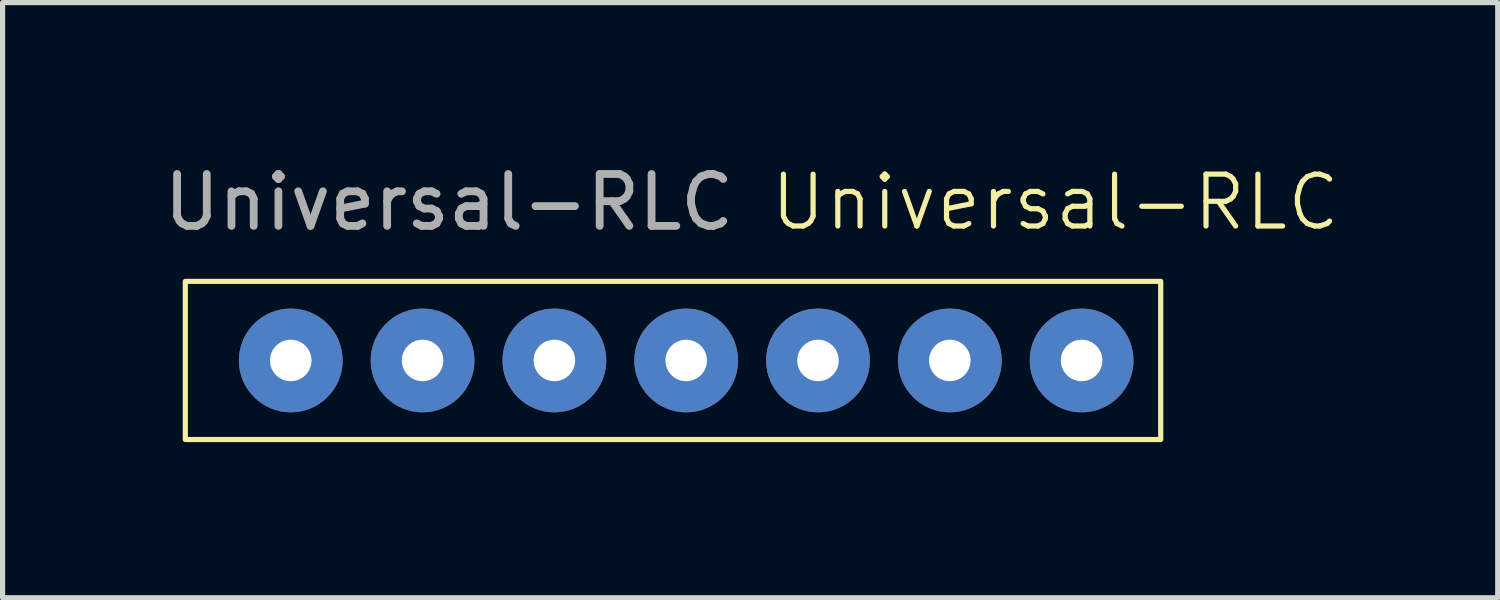
<source format=kicad_pcb>
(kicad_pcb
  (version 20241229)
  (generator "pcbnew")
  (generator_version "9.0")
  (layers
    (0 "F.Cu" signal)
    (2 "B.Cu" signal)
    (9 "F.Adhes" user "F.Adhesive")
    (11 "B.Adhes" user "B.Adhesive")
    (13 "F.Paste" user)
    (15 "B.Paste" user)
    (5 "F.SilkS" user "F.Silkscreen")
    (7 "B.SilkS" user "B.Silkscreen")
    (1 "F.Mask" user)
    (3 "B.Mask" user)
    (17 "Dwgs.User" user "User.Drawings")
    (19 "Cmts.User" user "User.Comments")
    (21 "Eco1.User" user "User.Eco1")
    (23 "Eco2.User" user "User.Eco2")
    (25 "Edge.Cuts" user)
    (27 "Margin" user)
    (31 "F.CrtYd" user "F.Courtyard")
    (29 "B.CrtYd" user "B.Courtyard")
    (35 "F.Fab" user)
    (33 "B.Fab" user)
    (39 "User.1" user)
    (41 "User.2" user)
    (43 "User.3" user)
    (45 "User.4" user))
  (footprint "Universal-RLC"
    (layer "F.Cu")
    (at 9.665 3.896)
    (property "Reference" "Universal-RLC" (at 7.62 -3.048 0) (unlocked yes) (layer "F.SilkS") (effects (font (size 1 1) (thickness 0.1))))
    (attr through_hole)
    (fp_rect (start -9.144 -1.524) (end 9.652 1.524) (stroke (width 0.1) (type default)) (fill no) (layer "F.SilkS"))
    (fp_text user "${REFERENCE}" (at -4.064 -3.048 0) (unlocked yes) (layer "F.Fab") (effects (font (size 1 1) (thickness 0.15))))
    (pad "1" thru_hole circle (at 8.128 0) (size 2 2) (drill 0.8) (layers "*.Cu" "*.Mask"))
    (pad "2" thru_hole circle (at -7.112 0) (size 2 2) (drill 0.8) (layers "*.Cu" "*.Mask"))
    (pad "2" thru_hole circle (at -4.572 0) (size 2 2) (drill 0.8) (layers "*.Cu" "*.Mask"))
    (pad "2" thru_hole circle (at -2.032 0) (size 2 2) (drill 0.8) (layers "*.Cu" "*.Mask"))
    (pad "2" thru_hole circle (at 0.508 0) (size 2 2) (drill 0.8) (layers "*.Cu" "*.Mask"))
    (pad "2" thru_hole circle (at 3.048 0) (size 2 2) (drill 0.8) (layers "*.Cu" "*.Mask"))
    (pad "2" thru_hole circle (at 5.588 0) (size 2 2) (drill 0.8) (layers "*.Cu" "*.Mask")))
  (gr_rect
    (start -3 -3)
    (end 25.811 8.47)
    (stroke (width 0.1) (type default))
    (fill no)
    (layer "Edge.Cuts")))
</source>
